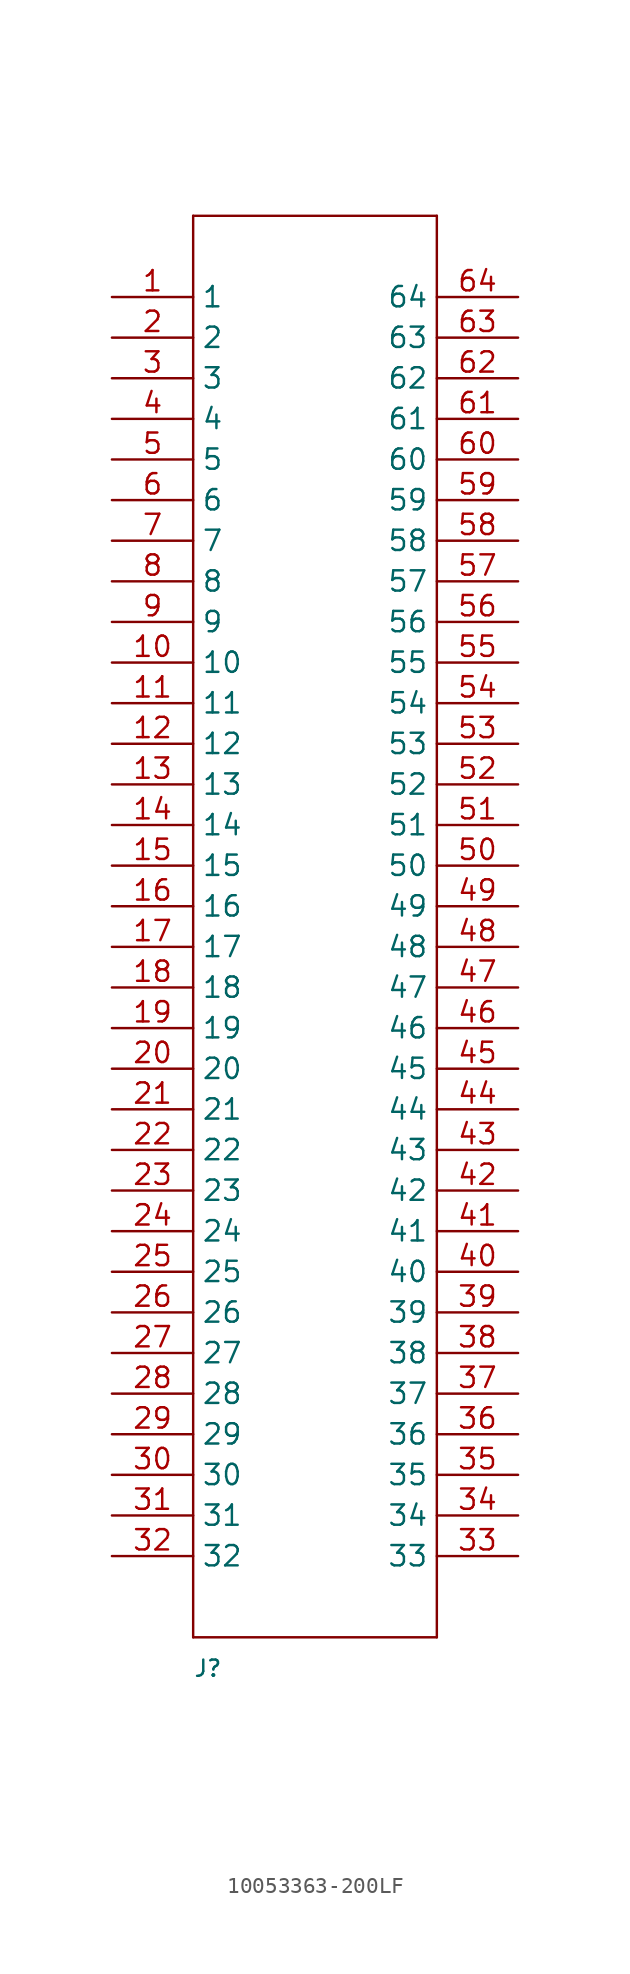
<source format=kicad_sym>
(kicad_symbol_lib
  (version 20231120)
  (generator "kicad_symbol_editor")
  (generator_version "8.0")
  (symbol "10053363-200LF"
    (property "Reference" "J"
      (at 0 -2.54 0)
      (effects (font (size 1.016 1.016)) (justify left bottom)))
    (property "Value" ""
      (at 0 -5.08 0)
      (effects (font (size 1.016 1.016)) (justify left bottom)))
    (property "ki_locked" ""
      (at 0 0 0)
      (effects (font (size 1.27 1.27))))
    (symbol "10053363-200LF_1_0"
      (polyline (pts (xy 0 0) (xy 15.24 0)) (stroke (width 0.152) (type solid)) (fill (type none)))
      (polyline (pts (xy 0 88.9) (xy 0 0)) (stroke (width 0.152) (type solid)) (fill (type none)))
      (polyline (pts (xy 15.24 0) (xy 15.24 88.9)) (stroke (width 0.152) (type solid)) (fill (type none)))
      (polyline (pts (xy 15.24 88.9) (xy 0 88.9)) (stroke (width 0.152) (type solid)) (fill (type none)))
      (pin bidirectional line (at -5.08 83.82 0) (length 5.08) (name "1" (effects (font (size 1.27 1.27)))) (number "1" (effects (font (size 1.27 1.27)))))
      (pin bidirectional line (at -5.08 60.96 0) (length 5.08) (name "10" (effects (font (size 1.27 1.27)))) (number "10" (effects (font (size 1.27 1.27)))))
      (pin bidirectional line (at -5.08 58.42 0) (length 5.08) (name "11" (effects (font (size 1.27 1.27)))) (number "11" (effects (font (size 1.27 1.27)))))
      (pin bidirectional line (at -5.08 55.88 0) (length 5.08) (name "12" (effects (font (size 1.27 1.27)))) (number "12" (effects (font (size 1.27 1.27)))))
      (pin bidirectional line (at -5.08 53.34 0) (length 5.08) (name "13" (effects (font (size 1.27 1.27)))) (number "13" (effects (font (size 1.27 1.27)))))
      (pin bidirectional line (at -5.08 50.8 0) (length 5.08) (name "14" (effects (font (size 1.27 1.27)))) (number "14" (effects (font (size 1.27 1.27)))))
      (pin bidirectional line (at -5.08 48.26 0) (length 5.08) (name "15" (effects (font (size 1.27 1.27)))) (number "15" (effects (font (size 1.27 1.27)))))
      (pin bidirectional line (at -5.08 45.72 0) (length 5.08) (name "16" (effects (font (size 1.27 1.27)))) (number "16" (effects (font (size 1.27 1.27)))))
      (pin bidirectional line (at -5.08 43.18 0) (length 5.08) (name "17" (effects (font (size 1.27 1.27)))) (number "17" (effects (font (size 1.27 1.27)))))
      (pin bidirectional line (at -5.08 40.64 0) (length 5.08) (name "18" (effects (font (size 1.27 1.27)))) (number "18" (effects (font (size 1.27 1.27)))))
      (pin bidirectional line (at -5.08 38.1 0) (length 5.08) (name "19" (effects (font (size 1.27 1.27)))) (number "19" (effects (font (size 1.27 1.27)))))
      (pin bidirectional line (at -5.08 81.28 0) (length 5.08) (name "2" (effects (font (size 1.27 1.27)))) (number "2" (effects (font (size 1.27 1.27)))))
      (pin bidirectional line (at -5.08 35.56 0) (length 5.08) (name "20" (effects (font (size 1.27 1.27)))) (number "20" (effects (font (size 1.27 1.27)))))
      (pin bidirectional line (at -5.08 33.02 0) (length 5.08) (name "21" (effects (font (size 1.27 1.27)))) (number "21" (effects (font (size 1.27 1.27)))))
      (pin bidirectional line (at -5.08 30.48 0) (length 5.08) (name "22" (effects (font (size 1.27 1.27)))) (number "22" (effects (font (size 1.27 1.27)))))
      (pin bidirectional line (at -5.08 27.94 0) (length 5.08) (name "23" (effects (font (size 1.27 1.27)))) (number "23" (effects (font (size 1.27 1.27)))))
      (pin bidirectional line (at -5.08 25.4 0) (length 5.08) (name "24" (effects (font (size 1.27 1.27)))) (number "24" (effects (font (size 1.27 1.27)))))
      (pin bidirectional line (at -5.08 22.86 0) (length 5.08) (name "25" (effects (font (size 1.27 1.27)))) (number "25" (effects (font (size 1.27 1.27)))))
      (pin bidirectional line (at -5.08 20.32 0) (length 5.08) (name "26" (effects (font (size 1.27 1.27)))) (number "26" (effects (font (size 1.27 1.27)))))
      (pin bidirectional line (at -5.08 17.78 0) (length 5.08) (name "27" (effects (font (size 1.27 1.27)))) (number "27" (effects (font (size 1.27 1.27)))))
      (pin bidirectional line (at -5.08 15.24 0) (length 5.08) (name "28" (effects (font (size 1.27 1.27)))) (number "28" (effects (font (size 1.27 1.27)))))
      (pin bidirectional line (at -5.08 12.7 0) (length 5.08) (name "29" (effects (font (size 1.27 1.27)))) (number "29" (effects (font (size 1.27 1.27)))))
      (pin bidirectional line (at -5.08 78.74 0) (length 5.08) (name "3" (effects (font (size 1.27 1.27)))) (number "3" (effects (font (size 1.27 1.27)))))
      (pin bidirectional line (at -5.08 10.16 0) (length 5.08) (name "30" (effects (font (size 1.27 1.27)))) (number "30" (effects (font (size 1.27 1.27)))))
      (pin bidirectional line (at -5.08 7.62 0) (length 5.08) (name "31" (effects (font (size 1.27 1.27)))) (number "31" (effects (font (size 1.27 1.27)))))
      (pin bidirectional line (at -5.08 5.08 0) (length 5.08) (name "32" (effects (font (size 1.27 1.27)))) (number "32" (effects (font (size 1.27 1.27)))))
      (pin bidirectional line (at 20.32 5.08 180) (length 5.08) (name "33" (effects (font (size 1.27 1.27)))) (number "33" (effects (font (size 1.27 1.27)))))
      (pin bidirectional line (at 20.32 7.62 180) (length 5.08) (name "34" (effects (font (size 1.27 1.27)))) (number "34" (effects (font (size 1.27 1.27)))))
      (pin bidirectional line (at 20.32 10.16 180) (length 5.08) (name "35" (effects (font (size 1.27 1.27)))) (number "35" (effects (font (size 1.27 1.27)))))
      (pin bidirectional line (at 20.32 12.7 180) (length 5.08) (name "36" (effects (font (size 1.27 1.27)))) (number "36" (effects (font (size 1.27 1.27)))))
      (pin bidirectional line (at 20.32 15.24 180) (length 5.08) (name "37" (effects (font (size 1.27 1.27)))) (number "37" (effects (font (size 1.27 1.27)))))
      (pin bidirectional line (at 20.32 17.78 180) (length 5.08) (name "38" (effects (font (size 1.27 1.27)))) (number "38" (effects (font (size 1.27 1.27)))))
      (pin bidirectional line (at 20.32 20.32 180) (length 5.08) (name "39" (effects (font (size 1.27 1.27)))) (number "39" (effects (font (size 1.27 1.27)))))
      (pin bidirectional line (at -5.08 76.2 0) (length 5.08) (name "4" (effects (font (size 1.27 1.27)))) (number "4" (effects (font (size 1.27 1.27)))))
      (pin bidirectional line (at 20.32 22.86 180) (length 5.08) (name "40" (effects (font (size 1.27 1.27)))) (number "40" (effects (font (size 1.27 1.27)))))
      (pin bidirectional line (at 20.32 25.4 180) (length 5.08) (name "41" (effects (font (size 1.27 1.27)))) (number "41" (effects (font (size 1.27 1.27)))))
      (pin bidirectional line (at 20.32 27.94 180) (length 5.08) (name "42" (effects (font (size 1.27 1.27)))) (number "42" (effects (font (size 1.27 1.27)))))
      (pin bidirectional line (at 20.32 30.48 180) (length 5.08) (name "43" (effects (font (size 1.27 1.27)))) (number "43" (effects (font (size 1.27 1.27)))))
      (pin bidirectional line (at 20.32 33.02 180) (length 5.08) (name "44" (effects (font (size 1.27 1.27)))) (number "44" (effects (font (size 1.27 1.27)))))
      (pin bidirectional line (at 20.32 35.56 180) (length 5.08) (name "45" (effects (font (size 1.27 1.27)))) (number "45" (effects (font (size 1.27 1.27)))))
      (pin bidirectional line (at 20.32 38.1 180) (length 5.08) (name "46" (effects (font (size 1.27 1.27)))) (number "46" (effects (font (size 1.27 1.27)))))
      (pin bidirectional line (at 20.32 40.64 180) (length 5.08) (name "47" (effects (font (size 1.27 1.27)))) (number "47" (effects (font (size 1.27 1.27)))))
      (pin bidirectional line (at 20.32 43.18 180) (length 5.08) (name "48" (effects (font (size 1.27 1.27)))) (number "48" (effects (font (size 1.27 1.27)))))
      (pin bidirectional line (at 20.32 45.72 180) (length 5.08) (name "49" (effects (font (size 1.27 1.27)))) (number "49" (effects (font (size 1.27 1.27)))))
      (pin bidirectional line (at -5.08 73.66 0) (length 5.08) (name "5" (effects (font (size 1.27 1.27)))) (number "5" (effects (font (size 1.27 1.27)))))
      (pin bidirectional line (at 20.32 48.26 180) (length 5.08) (name "50" (effects (font (size 1.27 1.27)))) (number "50" (effects (font (size 1.27 1.27)))))
      (pin bidirectional line (at 20.32 50.8 180) (length 5.08) (name "51" (effects (font (size 1.27 1.27)))) (number "51" (effects (font (size 1.27 1.27)))))
      (pin bidirectional line (at 20.32 53.34 180) (length 5.08) (name "52" (effects (font (size 1.27 1.27)))) (number "52" (effects (font (size 1.27 1.27)))))
      (pin bidirectional line (at 20.32 55.88 180) (length 5.08) (name "53" (effects (font (size 1.27 1.27)))) (number "53" (effects (font (size 1.27 1.27)))))
      (pin bidirectional line (at 20.32 58.42 180) (length 5.08) (name "54" (effects (font (size 1.27 1.27)))) (number "54" (effects (font (size 1.27 1.27)))))
      (pin bidirectional line (at 20.32 60.96 180) (length 5.08) (name "55" (effects (font (size 1.27 1.27)))) (number "55" (effects (font (size 1.27 1.27)))))
      (pin bidirectional line (at 20.32 63.5 180) (length 5.08) (name "56" (effects (font (size 1.27 1.27)))) (number "56" (effects (font (size 1.27 1.27)))))
      (pin bidirectional line (at 20.32 66.04 180) (length 5.08) (name "57" (effects (font (size 1.27 1.27)))) (number "57" (effects (font (size 1.27 1.27)))))
      (pin bidirectional line (at 20.32 68.58 180) (length 5.08) (name "58" (effects (font (size 1.27 1.27)))) (number "58" (effects (font (size 1.27 1.27)))))
      (pin bidirectional line (at 20.32 71.12 180) (length 5.08) (name "59" (effects (font (size 1.27 1.27)))) (number "59" (effects (font (size 1.27 1.27)))))
      (pin bidirectional line (at -5.08 71.12 0) (length 5.08) (name "6" (effects (font (size 1.27 1.27)))) (number "6" (effects (font (size 1.27 1.27)))))
      (pin bidirectional line (at 20.32 73.66 180) (length 5.08) (name "60" (effects (font (size 1.27 1.27)))) (number "60" (effects (font (size 1.27 1.27)))))
      (pin bidirectional line (at 20.32 76.2 180) (length 5.08) (name "61" (effects (font (size 1.27 1.27)))) (number "61" (effects (font (size 1.27 1.27)))))
      (pin bidirectional line (at 20.32 78.74 180) (length 5.08) (name "62" (effects (font (size 1.27 1.27)))) (number "62" (effects (font (size 1.27 1.27)))))
      (pin bidirectional line (at 20.32 81.28 180) (length 5.08) (name "63" (effects (font (size 1.27 1.27)))) (number "63" (effects (font (size 1.27 1.27)))))
      (pin bidirectional line (at 20.32 83.82 180) (length 5.08) (name "64" (effects (font (size 1.27 1.27)))) (number "64" (effects (font (size 1.27 1.27)))))
      (pin bidirectional line (at -5.08 68.58 0) (length 5.08) (name "7" (effects (font (size 1.27 1.27)))) (number "7" (effects (font (size 1.27 1.27)))))
      (pin bidirectional line (at -5.08 66.04 0) (length 5.08) (name "8" (effects (font (size 1.27 1.27)))) (number "8" (effects (font (size 1.27 1.27)))))
      (pin bidirectional line (at -5.08 63.5 0) (length 5.08) (name "9" (effects (font (size 1.27 1.27)))) (number "9" (effects (font (size 1.27 1.27))))))))
</source>
